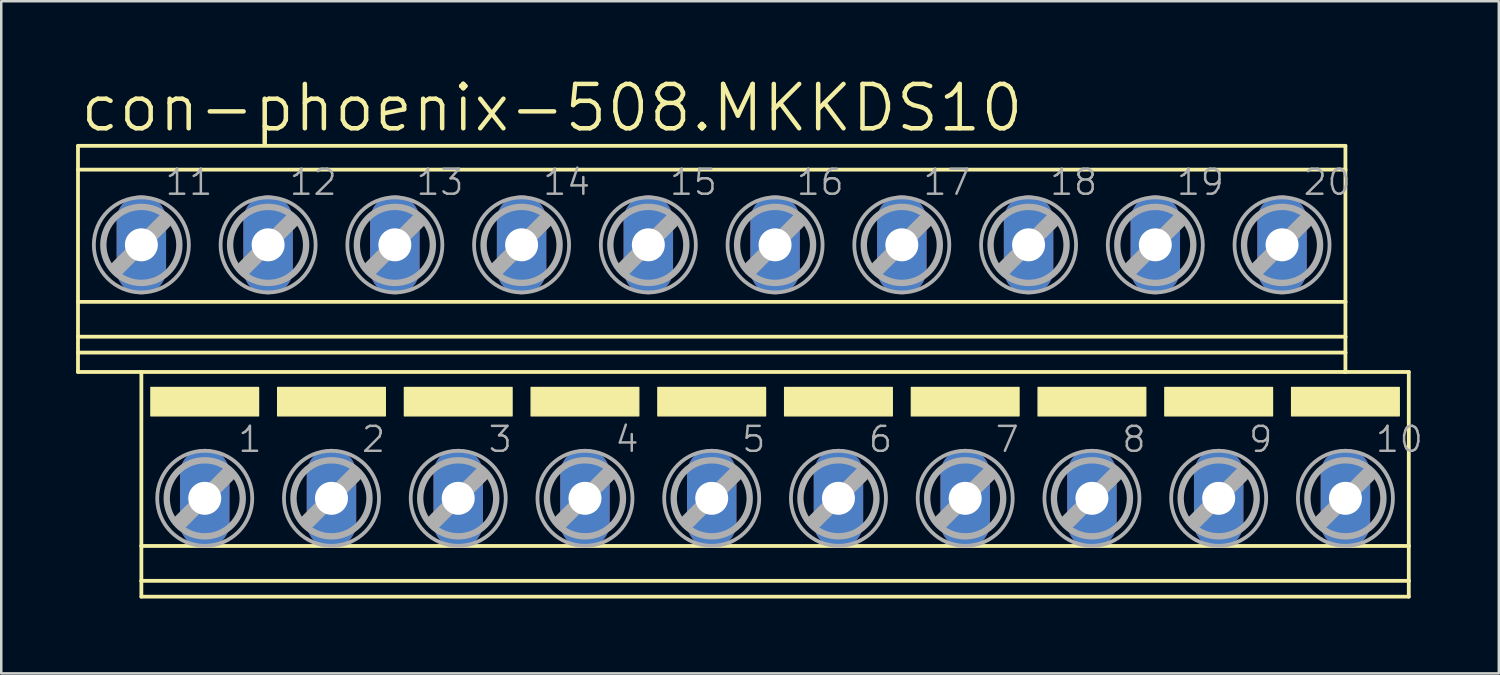
<source format=kicad_pcb>
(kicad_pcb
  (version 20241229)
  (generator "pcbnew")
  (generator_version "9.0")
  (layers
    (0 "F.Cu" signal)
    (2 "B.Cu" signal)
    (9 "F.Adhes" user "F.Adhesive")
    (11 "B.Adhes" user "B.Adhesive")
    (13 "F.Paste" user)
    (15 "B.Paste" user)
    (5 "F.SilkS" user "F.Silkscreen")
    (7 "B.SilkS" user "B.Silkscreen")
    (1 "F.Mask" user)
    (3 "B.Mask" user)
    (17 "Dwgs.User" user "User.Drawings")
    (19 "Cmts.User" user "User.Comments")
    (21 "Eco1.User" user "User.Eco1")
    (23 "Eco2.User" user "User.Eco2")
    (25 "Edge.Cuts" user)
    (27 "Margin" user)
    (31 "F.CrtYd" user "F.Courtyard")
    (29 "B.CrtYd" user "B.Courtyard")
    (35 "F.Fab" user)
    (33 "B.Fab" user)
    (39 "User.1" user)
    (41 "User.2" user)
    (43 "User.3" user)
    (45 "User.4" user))
  (footprint "con-phoenix-508.MKKDS10"
    (layer "F.Cu")
    (at 26.746 11.843)
    (property "Reference" "con-phoenix-508.MKKDS10" (at -26.67 -9.525 0) (layer "F.SilkS") (effects (font (size 1.778 1.778) (thickness 0.18)) (justify left bottom)))
    (attr through_hole)
    (fp_line (start -26.67 -9.047) (end -26.67 -8.094) (stroke (width 0.152) (type default)) (layer "F.SilkS"))
    (fp_line (start -26.67 -9.047) (end 24.13 -9.047) (stroke (width 0.152) (type default)) (layer "F.SilkS"))
    (fp_line (start -26.67 -8.094) (end -26.67 -2.794) (stroke (width 0.152) (type default)) (layer "F.SilkS"))
    (fp_line (start -26.67 -8.094) (end 24.13 -8.094) (stroke (width 0.152) (type default)) (layer "F.SilkS"))
    (fp_line (start -26.67 -2.794) (end -26.67 -1.397) (stroke (width 0.152) (type default)) (layer "F.SilkS"))
    (fp_line (start -26.67 -2.794) (end 24.13 -2.794) (stroke (width 0.152) (type default)) (layer "F.SilkS"))
    (fp_line (start -26.67 -1.397) (end -26.67 -0.762) (stroke (width 0.152) (type default)) (layer "F.SilkS"))
    (fp_line (start -26.67 -1.397) (end 24.13 -1.397) (stroke (width 0.152) (type default)) (layer "F.SilkS"))
    (fp_line (start -26.67 -0.762) (end -26.67 0.016) (stroke (width 0.152) (type default)) (layer "F.SilkS"))
    (fp_line (start -26.67 -0.762) (end 24.13 -0.762) (stroke (width 0.152) (type default)) (layer "F.SilkS"))
    (fp_line (start -26.67 0.016) (end -24.13 0.016) (stroke (width 0.152) (type default)) (layer "F.SilkS"))
    (fp_line (start -24.13 0.016) (end -24.13 6.99) (stroke (width 0.152) (type default)) (layer "F.SilkS"))
    (fp_line (start -24.13 0.016) (end 24.13 0.016) (stroke (width 0.152) (type default)) (layer "F.SilkS"))
    (fp_line (start -24.13 6.99) (end -24.13 8.387) (stroke (width 0.152) (type default)) (layer "F.SilkS"))
    (fp_line (start -24.13 6.99) (end 26.67 6.99) (stroke (width 0.152) (type default)) (layer "F.SilkS"))
    (fp_line (start -24.13 8.387) (end -24.13 9.022) (stroke (width 0.152) (type default)) (layer "F.SilkS"))
    (fp_line (start -24.13 8.387) (end 26.67 8.387) (stroke (width 0.152) (type default)) (layer "F.SilkS"))
    (fp_line (start -24.13 9.022) (end 26.67 9.022) (stroke (width 0.152) (type default)) (layer "F.SilkS"))
    (fp_line (start 24.13 -9.047) (end 24.13 -8.094) (stroke (width 0.152) (type default)) (layer "F.SilkS"))
    (fp_line (start 24.13 -8.094) (end 24.13 -2.794) (stroke (width 0.152) (type default)) (layer "F.SilkS"))
    (fp_line (start 24.13 -2.794) (end 24.13 -1.397) (stroke (width 0.152) (type default)) (layer "F.SilkS"))
    (fp_line (start 24.13 -1.397) (end 24.13 -0.762) (stroke (width 0.152) (type default)) (layer "F.SilkS"))
    (fp_line (start 24.13 -0.762) (end 24.13 0.016) (stroke (width 0.152) (type default)) (layer "F.SilkS"))
    (fp_line (start 26.67 0.016) (end 24.13 0.016) (stroke (width 0.152) (type default)) (layer "F.SilkS"))
    (fp_line (start 26.67 0.016) (end 26.67 6.99) (stroke (width 0.152) (type default)) (layer "F.SilkS"))
    (fp_line (start 26.67 6.99) (end 26.67 8.387) (stroke (width 0.152) (type default)) (layer "F.SilkS"))
    (fp_line (start 26.67 8.387) (end 26.67 9.022) (stroke (width 0.152) (type default)) (layer "F.SilkS"))
    (fp_rect (start -23.749 1.778) (end -19.431 0.635) (stroke (width 0.05) (type default)) (fill yes) (layer "F.SilkS"))
    (fp_rect (start -18.669 1.778) (end -14.351 0.635) (stroke (width 0.05) (type default)) (fill yes) (layer "F.SilkS"))
    (fp_rect (start -13.589 1.778) (end -9.271 0.635) (stroke (width 0.05) (type default)) (fill yes) (layer "F.SilkS"))
    (fp_rect (start -8.509 1.778) (end -4.191 0.635) (stroke (width 0.05) (type default)) (fill yes) (layer "F.SilkS"))
    (fp_rect (start -3.429 1.778) (end 0.889 0.635) (stroke (width 0.05) (type default)) (fill yes) (layer "F.SilkS"))
    (fp_rect (start 1.651 1.778) (end 5.969 0.635) (stroke (width 0.05) (type default)) (fill yes) (layer "F.SilkS"))
    (fp_rect (start 6.731 1.778) (end 11.049 0.635) (stroke (width 0.05) (type default)) (fill yes) (layer "F.SilkS"))
    (fp_rect (start 11.811 1.778) (end 16.129 0.635) (stroke (width 0.05) (type default)) (fill yes) (layer "F.SilkS"))
    (fp_rect (start 16.891 1.778) (end 21.209 0.635) (stroke (width 0.05) (type default)) (fill yes) (layer "F.SilkS"))
    (fp_rect (start 21.971 1.778) (end 26.289 0.635) (stroke (width 0.05) (type default)) (fill yes) (layer "F.SilkS"))
    (fp_line (start -25.07 -4.163) (end -23.216 -6.017) (stroke (width 0.61) (type default)) (layer "F.Fab"))
    (fp_line (start -22.53 5.994) (end -20.676 4.14) (stroke (width 0.61) (type default)) (layer "F.Fab"))
    (fp_line (start -19.99 -4.163) (end -18.136 -6.017) (stroke (width 0.61) (type default)) (layer "F.Fab"))
    (fp_line (start -17.45 5.994) (end -15.596 4.14) (stroke (width 0.61) (type default)) (layer "F.Fab"))
    (fp_line (start -14.91 -4.163) (end -13.056 -6.017) (stroke (width 0.61) (type default)) (layer "F.Fab"))
    (fp_line (start -12.37 5.994) (end -10.516 4.14) (stroke (width 0.61) (type default)) (layer "F.Fab"))
    (fp_line (start -9.83 -4.163) (end -7.976 -6.017) (stroke (width 0.61) (type default)) (layer "F.Fab"))
    (fp_line (start -7.29 5.994) (end -5.436 4.14) (stroke (width 0.61) (type default)) (layer "F.Fab"))
    (fp_line (start -4.75 -4.163) (end -2.896 -6.017) (stroke (width 0.61) (type default)) (layer "F.Fab"))
    (fp_line (start -2.21 5.994) (end -0.356 4.14) (stroke (width 0.61) (type default)) (layer "F.Fab"))
    (fp_line (start 0.33 -4.163) (end 2.184 -6.017) (stroke (width 0.61) (type default)) (layer "F.Fab"))
    (fp_line (start 2.87 5.994) (end 4.724 4.14) (stroke (width 0.61) (type default)) (layer "F.Fab"))
    (fp_line (start 5.41 -4.163) (end 7.264 -6.017) (stroke (width 0.61) (type default)) (layer "F.Fab"))
    (fp_line (start 7.95 5.994) (end 9.804 4.14) (stroke (width 0.61) (type default)) (layer "F.Fab"))
    (fp_line (start 10.49 -4.163) (end 12.344 -6.017) (stroke (width 0.61) (type default)) (layer "F.Fab"))
    (fp_line (start 13.03 5.994) (end 14.884 4.14) (stroke (width 0.61) (type default)) (layer "F.Fab"))
    (fp_line (start 15.57 -4.163) (end 17.424 -6.017) (stroke (width 0.61) (type default)) (layer "F.Fab"))
    (fp_line (start 18.11 5.994) (end 19.964 4.14) (stroke (width 0.61) (type default)) (layer "F.Fab"))
    (fp_line (start 20.65 -4.163) (end 22.504 -6.017) (stroke (width 0.61) (type default)) (layer "F.Fab"))
    (fp_line (start 23.19 5.994) (end 25.044 4.14) (stroke (width 0.61) (type default)) (layer "F.Fab"))
    (fp_circle (center -24.13 -5.077) (end -22.606 -5.077) (stroke (width 0.254) (type default)) (fill no) (layer "F.Fab"))
    (fp_circle (center -24.13 -5.077) (end -22.225 -5.077) (stroke (width 0.152) (type default)) (fill no) (layer "F.Fab"))
    (fp_circle (center -21.59 5.08) (end -20.066 5.08) (stroke (width 0.254) (type default)) (fill no) (layer "F.Fab"))
    (fp_circle (center -21.59 5.08) (end -19.685 5.08) (stroke (width 0.152) (type default)) (fill no) (layer "F.Fab"))
    (fp_circle (center -19.05 -5.077) (end -17.526 -5.077) (stroke (width 0.254) (type default)) (fill no) (layer "F.Fab"))
    (fp_circle (center -19.05 -5.077) (end -17.145 -5.077) (stroke (width 0.152) (type default)) (fill no) (layer "F.Fab"))
    (fp_circle (center -16.51 5.08) (end -14.986 5.08) (stroke (width 0.254) (type default)) (fill no) (layer "F.Fab"))
    (fp_circle (center -16.51 5.08) (end -14.605 5.08) (stroke (width 0.152) (type default)) (fill no) (layer "F.Fab"))
    (fp_circle (center -13.97 -5.077) (end -12.446 -5.077) (stroke (width 0.254) (type default)) (fill no) (layer "F.Fab"))
    (fp_circle (center -13.97 -5.077) (end -12.065 -5.077) (stroke (width 0.152) (type default)) (fill no) (layer "F.Fab"))
    (fp_circle (center -11.43 5.08) (end -9.906 5.08) (stroke (width 0.254) (type default)) (fill no) (layer "F.Fab"))
    (fp_circle (center -11.43 5.08) (end -9.525 5.08) (stroke (width 0.152) (type default)) (fill no) (layer "F.Fab"))
    (fp_circle (center -8.89 -5.077) (end -7.366 -5.077) (stroke (width 0.254) (type default)) (fill no) (layer "F.Fab"))
    (fp_circle (center -8.89 -5.077) (end -6.985 -5.077) (stroke (width 0.152) (type default)) (fill no) (layer "F.Fab"))
    (fp_circle (center -6.35 5.08) (end -4.826 5.08) (stroke (width 0.254) (type default)) (fill no) (layer "F.Fab"))
    (fp_circle (center -6.35 5.08) (end -4.445 5.08) (stroke (width 0.152) (type default)) (fill no) (layer "F.Fab"))
    (fp_circle (center -3.81 -5.077) (end -2.286 -5.077) (stroke (width 0.254) (type default)) (fill no) (layer "F.Fab"))
    (fp_circle (center -3.81 -5.077) (end -1.905 -5.077) (stroke (width 0.152) (type default)) (fill no) (layer "F.Fab"))
    (fp_circle (center -1.27 5.08) (end 0.254 5.08) (stroke (width 0.254) (type default)) (fill no) (layer "F.Fab"))
    (fp_circle (center -1.27 5.08) (end 0.635 5.08) (stroke (width 0.152) (type default)) (fill no) (layer "F.Fab"))
    (fp_circle (center 1.27 -5.077) (end 2.794 -5.077) (stroke (width 0.254) (type default)) (fill no) (layer "F.Fab"))
    (fp_circle (center 1.27 -5.077) (end 3.175 -5.077) (stroke (width 0.152) (type default)) (fill no) (layer "F.Fab"))
    (fp_circle (center 3.81 5.08) (end 5.334 5.08) (stroke (width 0.254) (type default)) (fill no) (layer "F.Fab"))
    (fp_circle (center 3.81 5.08) (end 5.715 5.08) (stroke (width 0.152) (type default)) (fill no) (layer "F.Fab"))
    (fp_circle (center 6.35 -5.077) (end 7.874 -5.077) (stroke (width 0.254) (type default)) (fill no) (layer "F.Fab"))
    (fp_circle (center 6.35 -5.077) (end 8.255 -5.077) (stroke (width 0.152) (type default)) (fill no) (layer "F.Fab"))
    (fp_circle (center 8.89 5.08) (end 10.414 5.08) (stroke (width 0.254) (type default)) (fill no) (layer "F.Fab"))
    (fp_circle (center 8.89 5.08) (end 10.795 5.08) (stroke (width 0.152) (type default)) (fill no) (layer "F.Fab"))
    (fp_circle (center 11.43 -5.077) (end 12.954 -5.077) (stroke (width 0.254) (type default)) (fill no) (layer "F.Fab"))
    (fp_circle (center 11.43 -5.077) (end 13.335 -5.077) (stroke (width 0.152) (type default)) (fill no) (layer "F.Fab"))
    (fp_circle (center 13.97 5.08) (end 15.494 5.08) (stroke (width 0.254) (type default)) (fill no) (layer "F.Fab"))
    (fp_circle (center 13.97 5.08) (end 15.875 5.08) (stroke (width 0.152) (type default)) (fill no) (layer "F.Fab"))
    (fp_circle (center 16.51 -5.077) (end 18.034 -5.077) (stroke (width 0.254) (type default)) (fill no) (layer "F.Fab"))
    (fp_circle (center 16.51 -5.077) (end 18.415 -5.077) (stroke (width 0.152) (type default)) (fill no) (layer "F.Fab"))
    (fp_circle (center 19.05 5.08) (end 20.574 5.08) (stroke (width 0.254) (type default)) (fill no) (layer "F.Fab"))
    (fp_circle (center 19.05 5.08) (end 20.955 5.08) (stroke (width 0.152) (type default)) (fill no) (layer "F.Fab"))
    (fp_circle (center 21.59 -5.077) (end 23.114 -5.077) (stroke (width 0.254) (type default)) (fill no) (layer "F.Fab"))
    (fp_circle (center 21.59 -5.077) (end 23.495 -5.077) (stroke (width 0.152) (type default)) (fill no) (layer "F.Fab"))
    (fp_circle (center 24.13 5.08) (end 25.654 5.08) (stroke (width 0.254) (type default)) (fill no) (layer "F.Fab"))
    (fp_circle (center 24.13 5.08) (end 26.035 5.08) (stroke (width 0.152) (type default)) (fill no) (layer "F.Fab"))
    (fp_text user "1" (at -20.32 3.302 0) (layer "F.Fab") (effects (font (size 1 1) (thickness 0.1)) (justify left bottom)))
    (fp_text user "7" (at 10.033 3.302 0) (layer "F.Fab") (effects (font (size 1 1) (thickness 0.1)) (justify left bottom)))
    (fp_text user "16" (at 2.059 -7.001 0) (layer "F.Fab") (effects (font (size 1 1) (thickness 0.1)) (justify left bottom)))
    (fp_text user "3" (at -10.287 3.302 0) (layer "F.Fab") (effects (font (size 1 1) (thickness 0.1)) (justify left bottom)))
    (fp_text user "20" (at 22.379 -7.001 0) (layer "F.Fab") (effects (font (size 1 1) (thickness 0.1)) (justify left bottom)))
    (fp_text user "19" (at 17.299 -7.001 0) (layer "F.Fab") (effects (font (size 1 1) (thickness 0.1)) (justify left bottom)))
    (fp_text user "13" (at -13.181 -7.001 0) (layer "F.Fab") (effects (font (size 1 1) (thickness 0.1)) (justify left bottom)))
    (fp_text user "11" (at -23.241 -7.001 0) (layer "F.Fab") (effects (font (size 1 1) (thickness 0.1)) (justify left bottom)))
    (fp_text user "5" (at -0.127 3.302 0) (layer "F.Fab") (effects (font (size 1 1) (thickness 0.1)) (justify left bottom)))
    (fp_text user "10" (at 25.273 3.302 0) (layer "F.Fab") (effects (font (size 1 1) (thickness 0.1)) (justify left bottom)))
    (fp_text user "6" (at 4.953 3.302 0) (layer "F.Fab") (effects (font (size 1 1) (thickness 0.1)) (justify left bottom)))
    (fp_text user "2" (at -15.367 3.302 0) (layer "F.Fab") (effects (font (size 1 1) (thickness 0.1)) (justify left bottom)))
    (fp_text user "15" (at -3.021 -7.001 0) (layer "F.Fab") (effects (font (size 1 1) (thickness 0.1)) (justify left bottom)))
    (fp_text user "12" (at -18.261 -7.001 0) (layer "F.Fab") (effects (font (size 1 1) (thickness 0.1)) (justify left bottom)))
    (fp_text user "18" (at 12.219 -7.001 0) (layer "F.Fab") (effects (font (size 1 1) (thickness 0.1)) (justify left bottom)))
    (fp_text user "14" (at -8.101 -7.001 0) (layer "F.Fab") (effects (font (size 1 1) (thickness 0.1)) (justify left bottom)))
    (fp_text user "17" (at 7.139 -7.001 0) (layer "F.Fab") (effects (font (size 1 1) (thickness 0.1)) (justify left bottom)))
    (fp_text user "8" (at 15.113 3.302 0) (layer "F.Fab") (effects (font (size 1 1) (thickness 0.1)) (justify left bottom)))
    (fp_text user "4" (at -5.207 3.302 0) (layer "F.Fab") (effects (font (size 1 1) (thickness 0.1)) (justify left bottom)))
    (fp_text user "9" (at 20.193 3.302 0) (layer "F.Fab") (effects (font (size 1 1) (thickness 0.1)) (justify left bottom)))
    (pad "1" thru_hole oval (at -21.59 5.08 90) (size 3.962 1.981) (drill 1.321) (layers "*.Cu" "*.Mask"))
    (pad "2" thru_hole oval (at -16.51 5.08 90) (size 3.962 1.981) (drill 1.321) (layers "*.Cu" "*.Mask"))
    (pad "3" thru_hole oval (at -11.43 5.08 90) (size 3.962 1.981) (drill 1.321) (layers "*.Cu" "*.Mask"))
    (pad "4" thru_hole oval (at -6.35 5.08 90) (size 3.962 1.981) (drill 1.321) (layers "*.Cu" "*.Mask"))
    (pad "5" thru_hole oval (at -1.27 5.08 90) (size 3.962 1.981) (drill 1.321) (layers "*.Cu" "*.Mask"))
    (pad "6" thru_hole oval (at 3.81 5.08 90) (size 3.962 1.981) (drill 1.321) (layers "*.Cu" "*.Mask"))
    (pad "7" thru_hole oval (at 8.89 5.08 90) (size 3.962 1.981) (drill 1.321) (layers "*.Cu" "*.Mask"))
    (pad "8" thru_hole oval (at 13.97 5.08 90) (size 3.962 1.981) (drill 1.321) (layers "*.Cu" "*.Mask"))
    (pad "9" thru_hole oval (at 19.05 5.08 90) (size 3.962 1.981) (drill 1.321) (layers "*.Cu" "*.Mask"))
    (pad "10" thru_hole oval (at 24.13 5.08 90) (size 3.962 1.981) (drill 1.321) (layers "*.Cu" "*.Mask"))
    (pad "11" thru_hole oval (at -24.13 -5.08 90) (size 3.962 1.981) (drill 1.321) (layers "*.Cu" "*.Mask"))
    (pad "12" thru_hole oval (at -19.05 -5.08 90) (size 3.962 1.981) (drill 1.321) (layers "*.Cu" "*.Mask"))
    (pad "13" thru_hole oval (at -13.97 -5.08 90) (size 3.962 1.981) (drill 1.321) (layers "*.Cu" "*.Mask"))
    (pad "14" thru_hole oval (at -8.89 -5.08 90) (size 3.962 1.981) (drill 1.321) (layers "*.Cu" "*.Mask"))
    (pad "15" thru_hole oval (at -3.81 -5.08 90) (size 3.962 1.981) (drill 1.321) (layers "*.Cu" "*.Mask"))
    (pad "16" thru_hole oval (at 1.27 -5.08 90) (size 3.962 1.981) (drill 1.321) (layers "*.Cu" "*.Mask"))
    (pad "17" thru_hole oval (at 6.35 -5.08 90) (size 3.962 1.981) (drill 1.321) (layers "*.Cu" "*.Mask"))
    (pad "18" thru_hole oval (at 11.43 -5.08 90) (size 3.962 1.981) (drill 1.321) (layers "*.Cu" "*.Mask"))
    (pad "19" thru_hole oval (at 16.51 -5.08 90) (size 3.962 1.981) (drill 1.321) (layers "*.Cu" "*.Mask"))
    (pad "20" thru_hole oval (at 21.59 -5.08 90) (size 3.962 1.981) (drill 1.321) (layers "*.Cu" "*.Mask")))
  (gr_rect
    (start -3 -3)
    (end 57.024 23.941)
    (stroke (width 0.1) (type default))
    (fill no)
    (layer "Edge.Cuts")))
</source>
